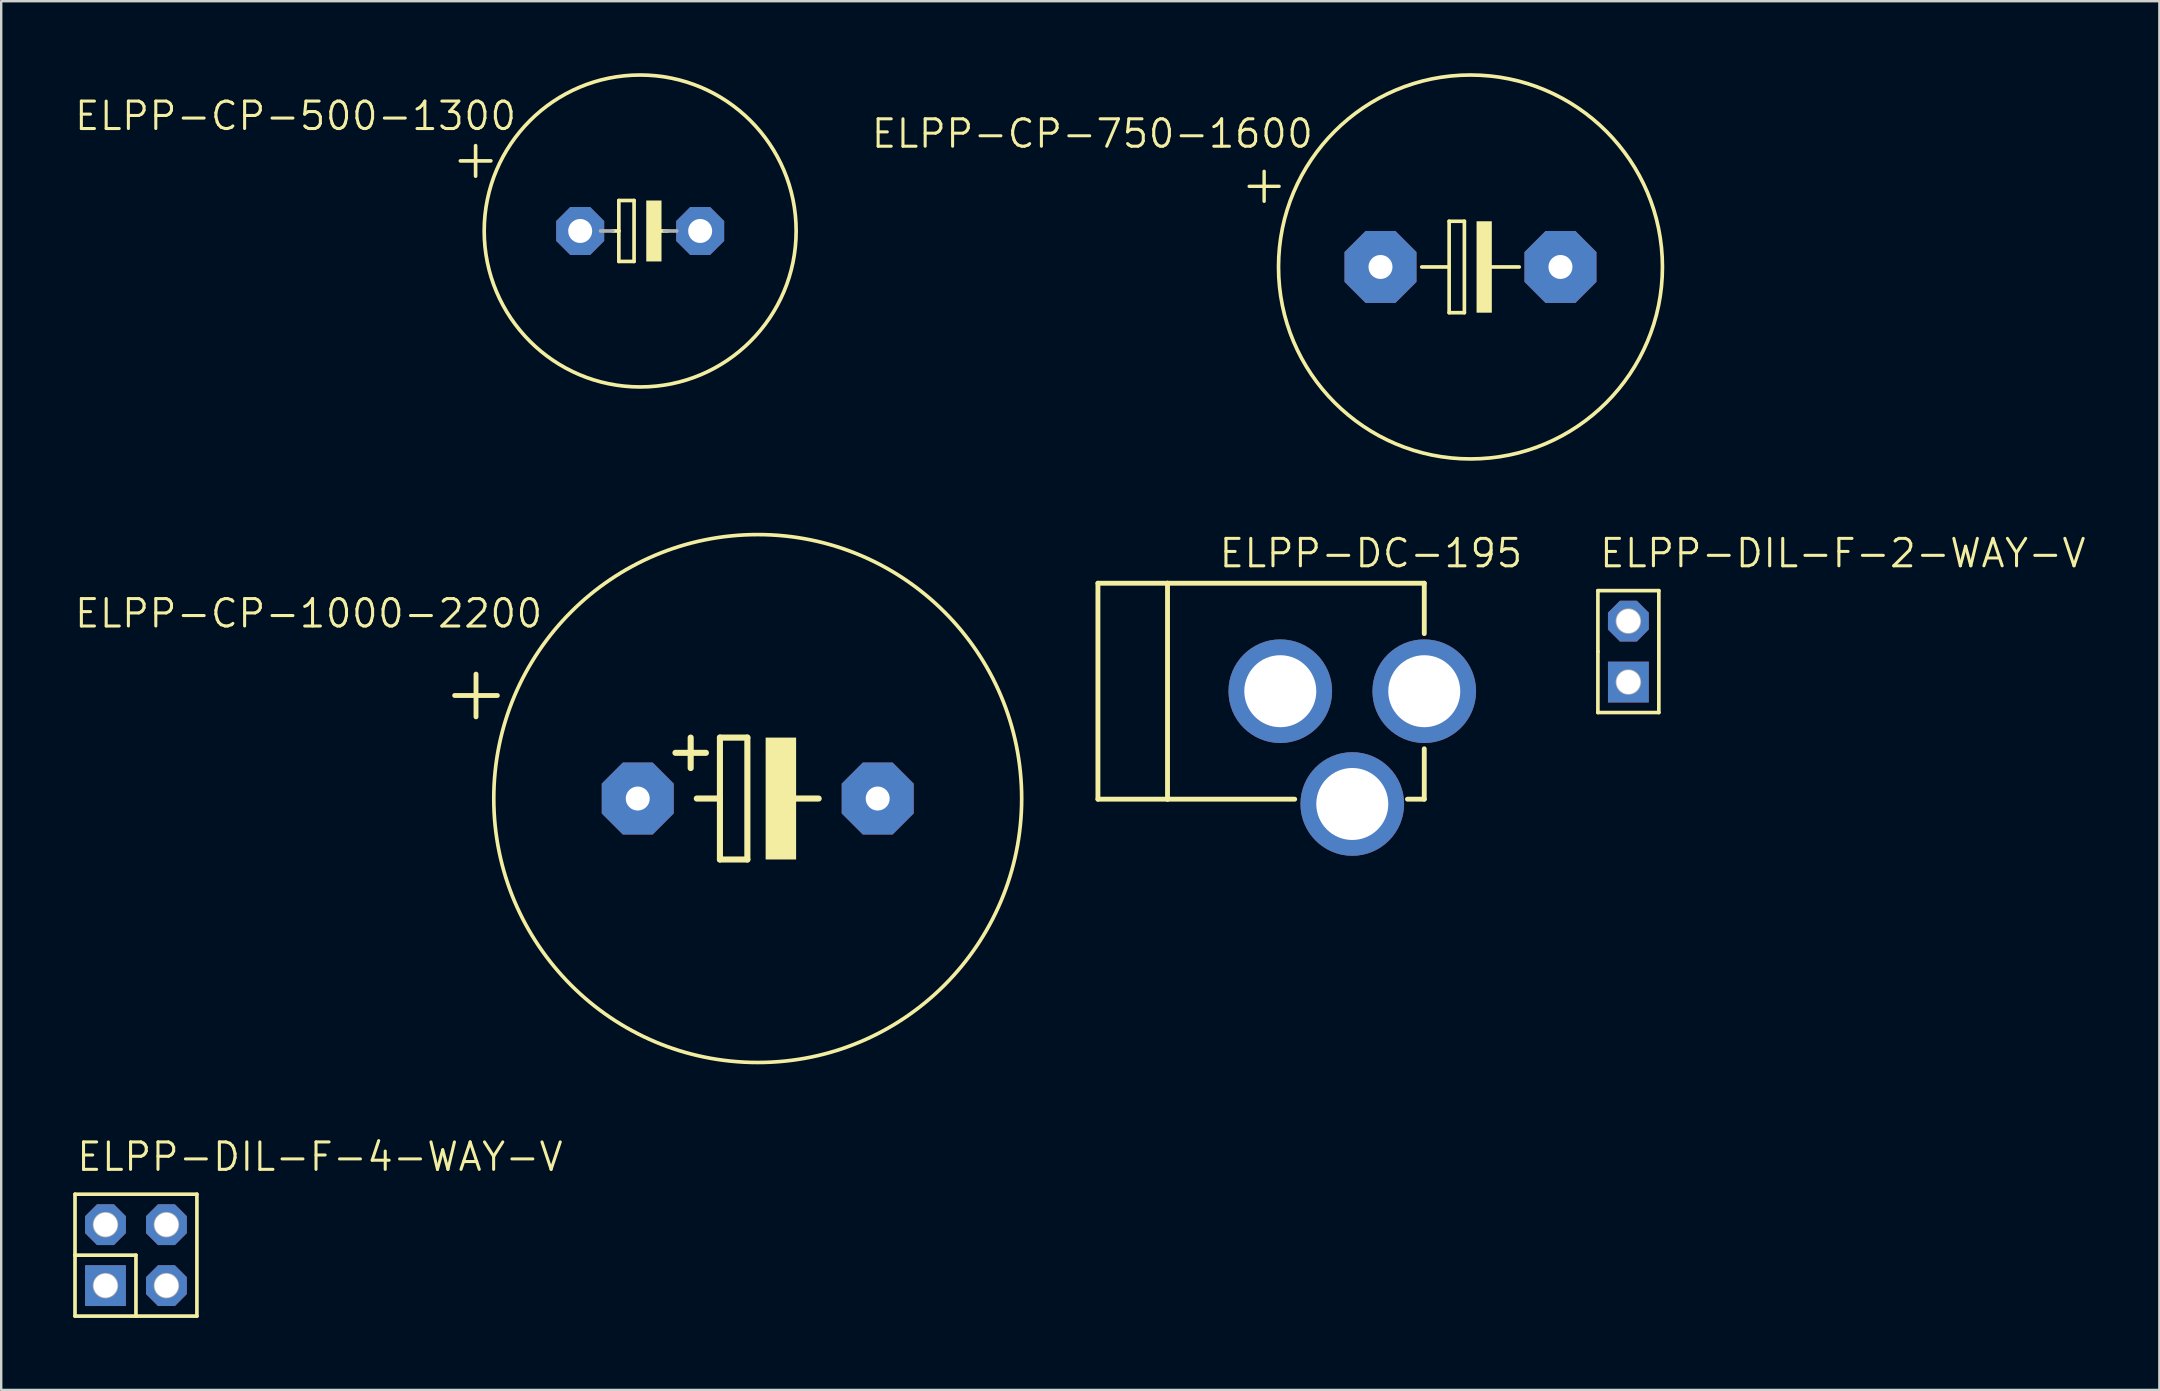
<source format=kicad_pcb>
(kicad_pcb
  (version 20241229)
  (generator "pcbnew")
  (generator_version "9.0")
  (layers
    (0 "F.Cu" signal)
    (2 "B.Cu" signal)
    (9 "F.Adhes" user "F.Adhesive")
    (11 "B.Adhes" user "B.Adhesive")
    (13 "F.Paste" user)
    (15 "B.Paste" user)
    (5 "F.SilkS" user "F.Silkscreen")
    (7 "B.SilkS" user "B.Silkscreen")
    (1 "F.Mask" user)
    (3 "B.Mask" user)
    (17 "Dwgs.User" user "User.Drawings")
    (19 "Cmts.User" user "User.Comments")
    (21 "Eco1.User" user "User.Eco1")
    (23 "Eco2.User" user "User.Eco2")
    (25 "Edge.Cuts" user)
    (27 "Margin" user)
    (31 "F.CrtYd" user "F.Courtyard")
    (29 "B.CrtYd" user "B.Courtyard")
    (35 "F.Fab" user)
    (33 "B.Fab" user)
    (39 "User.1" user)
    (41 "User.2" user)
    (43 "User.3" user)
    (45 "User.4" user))
  (footprint "ELPP-CP-500-1300"
    (layer "F.Cu")
    (at 23.629 6.576)
    (property "Reference" "ELPP-CP-500-1300" (at -5.08 -5.461 0) (unlocked yes) (layer "F.SilkS") (effects (font (size 1.143 1.143) (thickness 0.127)) (justify right top)))
    (fp_line (start -7.493 -2.921) (end -6.223 -2.921) (stroke (width 0.152) (type solid)) (layer "F.SilkS"))
    (fp_line (start -6.858 -2.286) (end -6.858 -3.556) (stroke (width 0.152) (type solid)) (layer "F.SilkS"))
    (fp_line (start -1.143 0) (end -0.889 0) (stroke (width 0.152) (type solid)) (layer "F.SilkS"))
    (fp_line (start -0.889 -1.27) (end -0.889 0) (stroke (width 0.152) (type solid)) (layer "F.SilkS"))
    (fp_line (start -0.889 0) (end -0.889 1.27) (stroke (width 0.152) (type solid)) (layer "F.SilkS"))
    (fp_line (start -0.889 1.27) (end -0.254 1.27) (stroke (width 0.152) (type solid)) (layer "F.SilkS"))
    (fp_line (start -0.254 -1.27) (end -0.889 -1.27) (stroke (width 0.152) (type solid)) (layer "F.SilkS"))
    (fp_line (start -0.254 1.27) (end -0.254 -1.27) (stroke (width 0.152) (type solid)) (layer "F.SilkS"))
    (fp_line (start 0.635 0) (end 1.143 0) (stroke (width 0.152) (type solid)) (layer "F.SilkS"))
    (fp_circle (center 0 0) (end 6.5 0) (stroke (width 0.152) (type solid)) (fill no) (layer "F.SilkS"))
    (fp_poly (pts (xy 0.254 1.27) (xy 0.889 1.27) (xy 0.889 -1.27) (xy 0.254 -1.27)) (stroke (width 0) (type default)) (fill yes) (layer "F.SilkS"))
    (fp_line (start -1.651 0) (end -1.143 0) (stroke (width 0.152) (type solid)) (layer "F.Fab"))
    (fp_line (start 1.016 0) (end 1.524 0) (stroke (width 0.152) (type solid)) (layer "F.Fab"))
    (pad "+" thru_hole roundrect (at -2.5 0) (size 2 2) (drill 1) (layers "*.Cu" "*.Mask") (roundrect_rratio 0.25) (chamfer_ratio 0.293) (chamfer top_left top_right bottom_left bottom_right))
    (pad "-" thru_hole roundrect (at 2.5 0) (size 2 2) (drill 1) (layers "*.Cu" "*.Mask") (roundrect_rratio 0.25) (chamfer_ratio 0.293) (chamfer top_left top_right bottom_left bottom_right)))
  (footprint "ELPP-DC-195"
    (layer "F.Cu")
    (at 52.766 25.756)
    (property "Reference" "ELPP-DC-195" (at -5.08 -5.08 0) (unlocked yes) (layer "F.SilkS") (effects (font (size 1.143 1.143) (thickness 0.127)) (justify left bottom)))
    (fp_line (start -10.06 4.5) (end -10.06 -4.5) (stroke (width 0.203) (type solid)) (layer "F.SilkS"))
    (fp_line (start -10.06 4.5) (end -7.16 4.5) (stroke (width 0.203) (type solid)) (layer "F.SilkS"))
    (fp_line (start -7.16 -4.5) (end -10.06 -4.5) (stroke (width 0.203) (type solid)) (layer "F.SilkS"))
    (fp_line (start -7.16 -4.5) (end -7.16 4.5) (stroke (width 0.203) (type solid)) (layer "F.SilkS"))
    (fp_line (start -7.16 -4.5) (end 3.54 -4.5) (stroke (width 0.203) (type solid)) (layer "F.SilkS"))
    (fp_line (start -7.16 4.5) (end -1.86 4.5) (stroke (width 0.203) (type solid)) (layer "F.SilkS"))
    (fp_line (start 3.54 -4.5) (end 3.54 -2.4) (stroke (width 0.203) (type solid)) (layer "F.SilkS"))
    (fp_line (start 3.54 4.5) (end 2.84 4.5) (stroke (width 0.203) (type solid)) (layer "F.SilkS"))
    (fp_line (start 3.54 4.5) (end 3.54 2.4) (stroke (width 0.203) (type solid)) (layer "F.SilkS"))
    (pad "COMMON" thru_hole circle (at 3.54 0 270) (size 4.318 4.318) (drill 3) (layers "*.Cu" "*.Mask"))
    (pad "VIN1" thru_hole circle (at -2.46 0 270) (size 4.318 4.318) (drill 3) (layers "*.Cu" "*.Mask"))
    (pad "VIN2" thru_hole circle (at 0.54 4.7) (size 4.318 4.318) (drill 3) (layers "*.Cu" "*.Mask")))
  (footprint "ELPP-CP-1000-2200"
    (layer "F.Cu")
    (at 28.528 30.229)
    (property "Reference" "ELPP-CP-1000-2200" (at -8.89 -8.382 0) (unlocked yes) (layer "F.SilkS") (effects (font (size 1.143 1.143) (thickness 0.127)) (justify right top)))
    (fp_line (start -2.794 -2.54) (end -2.794 -1.27) (stroke (width 0.254) (type solid)) (layer "F.SilkS"))
    (fp_line (start -2.54 0) (end -1.575 0) (stroke (width 0.254) (type solid)) (layer "F.SilkS"))
    (fp_line (start -2.159 -1.905) (end -3.429 -1.905) (stroke (width 0.254) (type solid)) (layer "F.SilkS"))
    (fp_line (start -1.575 -2.54) (end -0.432 -2.54) (stroke (width 0.254) (type solid)) (layer "F.SilkS"))
    (fp_line (start -1.575 0) (end -1.575 -2.54) (stroke (width 0.254) (type solid)) (layer "F.SilkS"))
    (fp_line (start -1.575 2.54) (end -1.575 0) (stroke (width 0.254) (type solid)) (layer "F.SilkS"))
    (fp_line (start -0.432 -2.54) (end -0.432 2.54) (stroke (width 0.254) (type solid)) (layer "F.SilkS"))
    (fp_line (start -0.432 2.54) (end -1.575 2.54) (stroke (width 0.254) (type solid)) (layer "F.SilkS"))
    (fp_line (start 0.635 0) (end 2.54 0) (stroke (width 0.254) (type solid)) (layer "F.SilkS"))
    (fp_circle (center 0 0) (end 11 0) (stroke (width 0.152) (type solid)) (fill no) (layer "F.SilkS"))
    (fp_poly (pts (xy 0.33 2.54) (xy 1.6 2.54) (xy 1.6 -2.54) (xy 0.33 -2.54)) (stroke (width 0) (type default)) (fill yes) (layer "F.SilkS"))
    (fp_text user "+" (at -10.16 -5.842 0) (layer "F.SilkS") (effects (font (size 2.337 2.337) (thickness 0.203)) (justify right top)))
    (pad "+" thru_hole roundrect (at -5 0) (size 3 3) (drill 1) (layers "*.Cu" "*.Mask") (roundrect_rratio 0.25) (chamfer_ratio 0.293) (chamfer top_left top_right bottom_left bottom_right))
    (pad "-" thru_hole roundrect (at 5 0) (size 3 3) (drill 1) (layers "*.Cu" "*.Mask") (roundrect_rratio 0.25) (chamfer_ratio 0.293) (chamfer top_left top_right bottom_left bottom_right)))
  (footprint "ELPP-CP-750-1600"
    (layer "F.Cu")
    (at 58.232 8.076)
    (property "Reference" "ELPP-CP-750-1600" (at -6.477 -6.223 0) (unlocked yes) (layer "F.SilkS") (effects (font (size 1.143 1.143) (thickness 0.127)) (justify right top)))
    (fp_line (start -0.889 -1.905) (end -0.889 0) (stroke (width 0.152) (type solid)) (layer "F.SilkS"))
    (fp_line (start -0.889 0) (end -2.032 0) (stroke (width 0.152) (type solid)) (layer "F.SilkS"))
    (fp_line (start -0.889 0) (end -0.889 1.905) (stroke (width 0.152) (type solid)) (layer "F.SilkS"))
    (fp_line (start -0.889 1.905) (end -0.254 1.905) (stroke (width 0.152) (type solid)) (layer "F.SilkS"))
    (fp_line (start -0.254 -1.905) (end -0.889 -1.905) (stroke (width 0.152) (type solid)) (layer "F.SilkS"))
    (fp_line (start -0.254 1.905) (end -0.254 -1.905) (stroke (width 0.152) (type solid)) (layer "F.SilkS"))
    (fp_line (start 0.635 0) (end 2.032 0) (stroke (width 0.152) (type solid)) (layer "F.SilkS"))
    (fp_circle (center 0 0) (end 8 0) (stroke (width 0.152) (type solid)) (fill no) (layer "F.SilkS"))
    (fp_poly (pts (xy 0.254 1.905) (xy 0.889 1.905) (xy 0.889 -1.905) (xy 0.254 -1.905)) (stroke (width 0) (type default)) (fill yes) (layer "F.SilkS"))
    (fp_text user "+" (at -7.493 -4.445 0) (layer "F.SilkS") (effects (font (size 1.636 1.636) (thickness 0.142)) (justify right top)))
    (pad "+" thru_hole roundrect (at -3.75 0) (size 3 3) (drill 1) (layers "*.Cu" "*.Mask") (roundrect_rratio 0.25) (chamfer_ratio 0.293) (chamfer top_left top_right bottom_left bottom_right))
    (pad "-" thru_hole roundrect (at 3.75 0) (size 3 3) (drill 1) (layers "*.Cu" "*.Mask") (roundrect_rratio 0.25) (chamfer_ratio 0.293) (chamfer top_left top_right bottom_left bottom_right)))
  (footprint "ELPP-DIL-F-4-WAY-V"
    (layer "F.Cu")
    (at 6.426 50.528)
    (property "Reference" "ELPP-DIL-F-4-WAY-V" (at -6.35 -4.699 0) (unlocked yes) (layer "F.SilkS") (effects (font (size 1.143 1.143) (thickness 0.127)) (justify left bottom)))
    (fp_line (start -6.35 -3.81) (end -1.27 -3.81) (stroke (width 0.152) (type solid)) (layer "F.SilkS"))
    (fp_line (start -6.35 -1.27) (end -6.35 -3.81) (stroke (width 0.152) (type solid)) (layer "F.SilkS"))
    (fp_line (start -6.35 -1.27) (end -3.81 -1.27) (stroke (width 0.152) (type solid)) (layer "F.SilkS"))
    (fp_line (start -6.35 1.27) (end -6.35 -1.27) (stroke (width 0.152) (type solid)) (layer "F.SilkS"))
    (fp_line (start -3.81 -1.27) (end -3.81 1.27) (stroke (width 0.152) (type solid)) (layer "F.SilkS"))
    (fp_line (start -3.81 1.27) (end -6.35 1.27) (stroke (width 0.152) (type solid)) (layer "F.SilkS"))
    (fp_line (start -1.27 -3.81) (end -1.27 1.27) (stroke (width 0.152) (type solid)) (layer "F.SilkS"))
    (fp_line (start -1.27 1.27) (end -3.81 1.27) (stroke (width 0.152) (type solid)) (layer "F.SilkS"))
    (fp_circle (center -5.08 -2.54) (end -4.953 -2.54) (stroke (width 0.406) (type solid)) (fill no) (layer "F.Fab"))
    (fp_circle (center -5.08 0) (end -4.953 0) (stroke (width 0.406) (type solid)) (fill no) (layer "F.Fab"))
    (fp_circle (center -2.54 -2.54) (end -2.413 -2.54) (stroke (width 0.406) (type solid)) (fill no) (layer "F.Fab"))
    (fp_circle (center -2.54 0) (end -2.413 0) (stroke (width 0.406) (type solid)) (fill no) (layer "F.Fab"))
    (pad "1" thru_hole rect (at -5.08 0) (size 1.7 1.7) (drill 1) (layers "*.Cu" "*.Mask"))
    (pad "2" thru_hole roundrect (at -5.08 -2.54) (size 1.7 1.7) (drill 1) (layers "*.Cu" "*.Mask") (roundrect_rratio 0.25) (chamfer_ratio 0.293) (chamfer top_left top_right bottom_left bottom_right))
    (pad "3" thru_hole roundrect (at -2.54 0) (size 1.7 1.7) (drill 1) (layers "*.Cu" "*.Mask") (roundrect_rratio 0.25) (chamfer_ratio 0.293) (chamfer top_left top_right bottom_left bottom_right))
    (pad "4" thru_hole roundrect (at -2.54 -2.54) (size 1.7 1.7) (drill 1) (layers "*.Cu" "*.Mask") (roundrect_rratio 0.25) (chamfer_ratio 0.293) (chamfer top_left top_right bottom_left bottom_right)))
  (footprint "ELPP-DIL-F-2-WAY-V"
    (layer "F.Cu")
    (at 69.892 25.375)
    (property "Reference" "ELPP-DIL-F-2-WAY-V" (at -6.35 -4.699 0) (unlocked yes) (layer "F.SilkS") (effects (font (size 1.143 1.143) (thickness 0.127)) (justify left bottom)))
    (fp_line (start -6.35 -3.81) (end -3.81 -3.81) (stroke (width 0.152) (type solid)) (layer "F.SilkS"))
    (fp_line (start -6.35 -1.27) (end -6.35 -3.81) (stroke (width 0.152) (type solid)) (layer "F.SilkS"))
    (fp_line (start -6.35 1.27) (end -6.35 -1.27) (stroke (width 0.152) (type solid)) (layer "F.SilkS"))
    (fp_line (start -3.81 -3.81) (end -3.81 1.27) (stroke (width 0.152) (type solid)) (layer "F.SilkS"))
    (fp_line (start -3.81 1.27) (end -6.35 1.27) (stroke (width 0.152) (type solid)) (layer "F.SilkS"))
    (fp_circle (center -5.08 -2.54) (end -4.953 -2.54) (stroke (width 0.406) (type solid)) (fill no) (layer "F.Fab"))
    (fp_circle (center -5.08 0) (end -4.953 0) (stroke (width 0.406) (type solid)) (fill no) (layer "F.Fab"))
    (pad "1" thru_hole rect (at -5.08 0) (size 1.7 1.7) (drill 1) (layers "*.Cu" "*.Mask"))
    (pad "2" thru_hole roundrect (at -5.08 -2.54) (size 1.7 1.7) (drill 1) (layers "*.Cu" "*.Mask") (roundrect_rratio 0.25) (chamfer_ratio 0.293) (chamfer top_left top_right bottom_left bottom_right)))
  (gr_rect
    (start -3 -3)
    (end 86.941 54.874)
    (stroke (width 0.1) (type default))
    (fill no)
    (layer "Edge.Cuts")))
</source>
